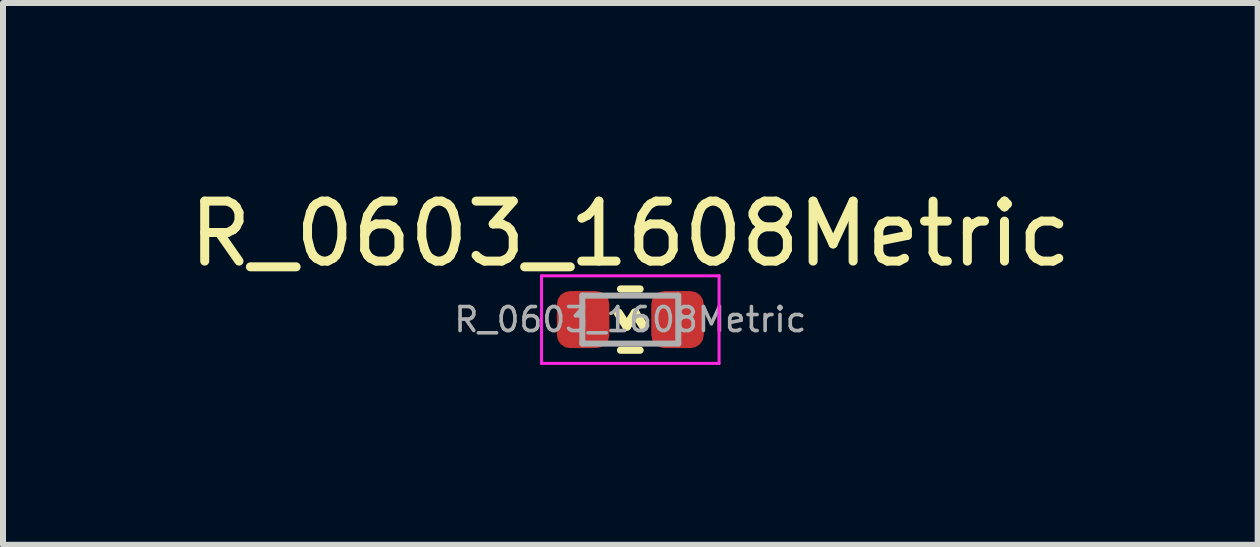
<source format=kicad_pcb>
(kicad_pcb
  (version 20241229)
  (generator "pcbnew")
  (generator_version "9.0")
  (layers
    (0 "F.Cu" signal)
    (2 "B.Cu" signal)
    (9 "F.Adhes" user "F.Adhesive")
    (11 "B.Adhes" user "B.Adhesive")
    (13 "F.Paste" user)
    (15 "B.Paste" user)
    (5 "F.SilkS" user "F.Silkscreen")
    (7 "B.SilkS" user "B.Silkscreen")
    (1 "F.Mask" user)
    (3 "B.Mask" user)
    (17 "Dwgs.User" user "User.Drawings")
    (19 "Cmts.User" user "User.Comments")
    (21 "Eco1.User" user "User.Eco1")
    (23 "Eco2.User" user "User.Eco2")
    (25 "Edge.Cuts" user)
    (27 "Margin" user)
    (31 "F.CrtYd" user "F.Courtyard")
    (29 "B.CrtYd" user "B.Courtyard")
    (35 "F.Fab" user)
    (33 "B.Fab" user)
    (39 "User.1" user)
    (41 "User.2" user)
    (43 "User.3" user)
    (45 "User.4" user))
  (footprint "R_0603_1608Metric"
    (layer "F.Cu")
    (at 7.458 2.278)
    (property "Reference" "R_0603_1608Metric" (at 0 -1.43 0) (layer "F.SilkS") (effects (font (size 1 1) (thickness 0.15))))
    (attr smd)
    (fp_line (start -0.163 -0.51) (end 0.163 -0.51) (stroke (width 0.12) (type solid)) (layer "F.SilkS"))
    (fp_line (start -0.163 0.51) (end 0.163 0.51) (stroke (width 0.12) (type solid)) (layer "F.SilkS"))
    (fp_line (start -0.06 0.11) (end -0.2 -0.11) (stroke (width 0.15) (type solid)) (layer "F.SilkS"))
    (fp_line (start -0.06 0.11) (end 0.08 -0.11) (stroke (width 0.15) (type solid)) (layer "F.SilkS"))
    (fp_line (start 0.08 -0.11) (end 0.22 0.11) (stroke (width 0.15) (type solid)) (layer "F.SilkS"))
    (fp_line (start -1.48 -0.73) (end 1.48 -0.73) (stroke (width 0.05) (type solid)) (layer "F.CrtYd"))
    (fp_line (start -1.48 0.73) (end -1.48 -0.73) (stroke (width 0.05) (type solid)) (layer "F.CrtYd"))
    (fp_line (start 1.48 -0.73) (end 1.48 0.73) (stroke (width 0.05) (type solid)) (layer "F.CrtYd"))
    (fp_line (start 1.48 0.73) (end -1.48 0.73) (stroke (width 0.05) (type solid)) (layer "F.CrtYd"))
    (fp_line (start -0.8 -0.4) (end 0.8 -0.4) (stroke (width 0.1) (type solid)) (layer "F.Fab"))
    (fp_line (start -0.8 0.4) (end -0.8 -0.4) (stroke (width 0.1) (type solid)) (layer "F.Fab"))
    (fp_line (start 0.8 -0.4) (end 0.8 0.4) (stroke (width 0.1) (type solid)) (layer "F.Fab"))
    (fp_line (start 0.8 0.4) (end -0.8 0.4) (stroke (width 0.1) (type solid)) (layer "F.Fab"))
    (fp_text user "${REFERENCE}" (at 0 0 0) (layer "F.Fab") (effects (font (size 0.4 0.4) (thickness 0.06))))
    (pad "1" smd roundrect (at -0.787 0) (size 0.875 0.95) (layers "F.Cu" "F.Mask" "F.Paste") (roundrect_rratio 0.25))
    (pad "2" smd roundrect (at 0.787 0) (size 0.875 0.95) (layers "F.Cu" "F.Mask" "F.Paste") (roundrect_rratio 0.25)))
  (gr_rect
    (start -3 -3)
    (end 17.917 6.033)
    (stroke (width 0.1) (type default))
    (fill no)
    (layer "Edge.Cuts")))
</source>
